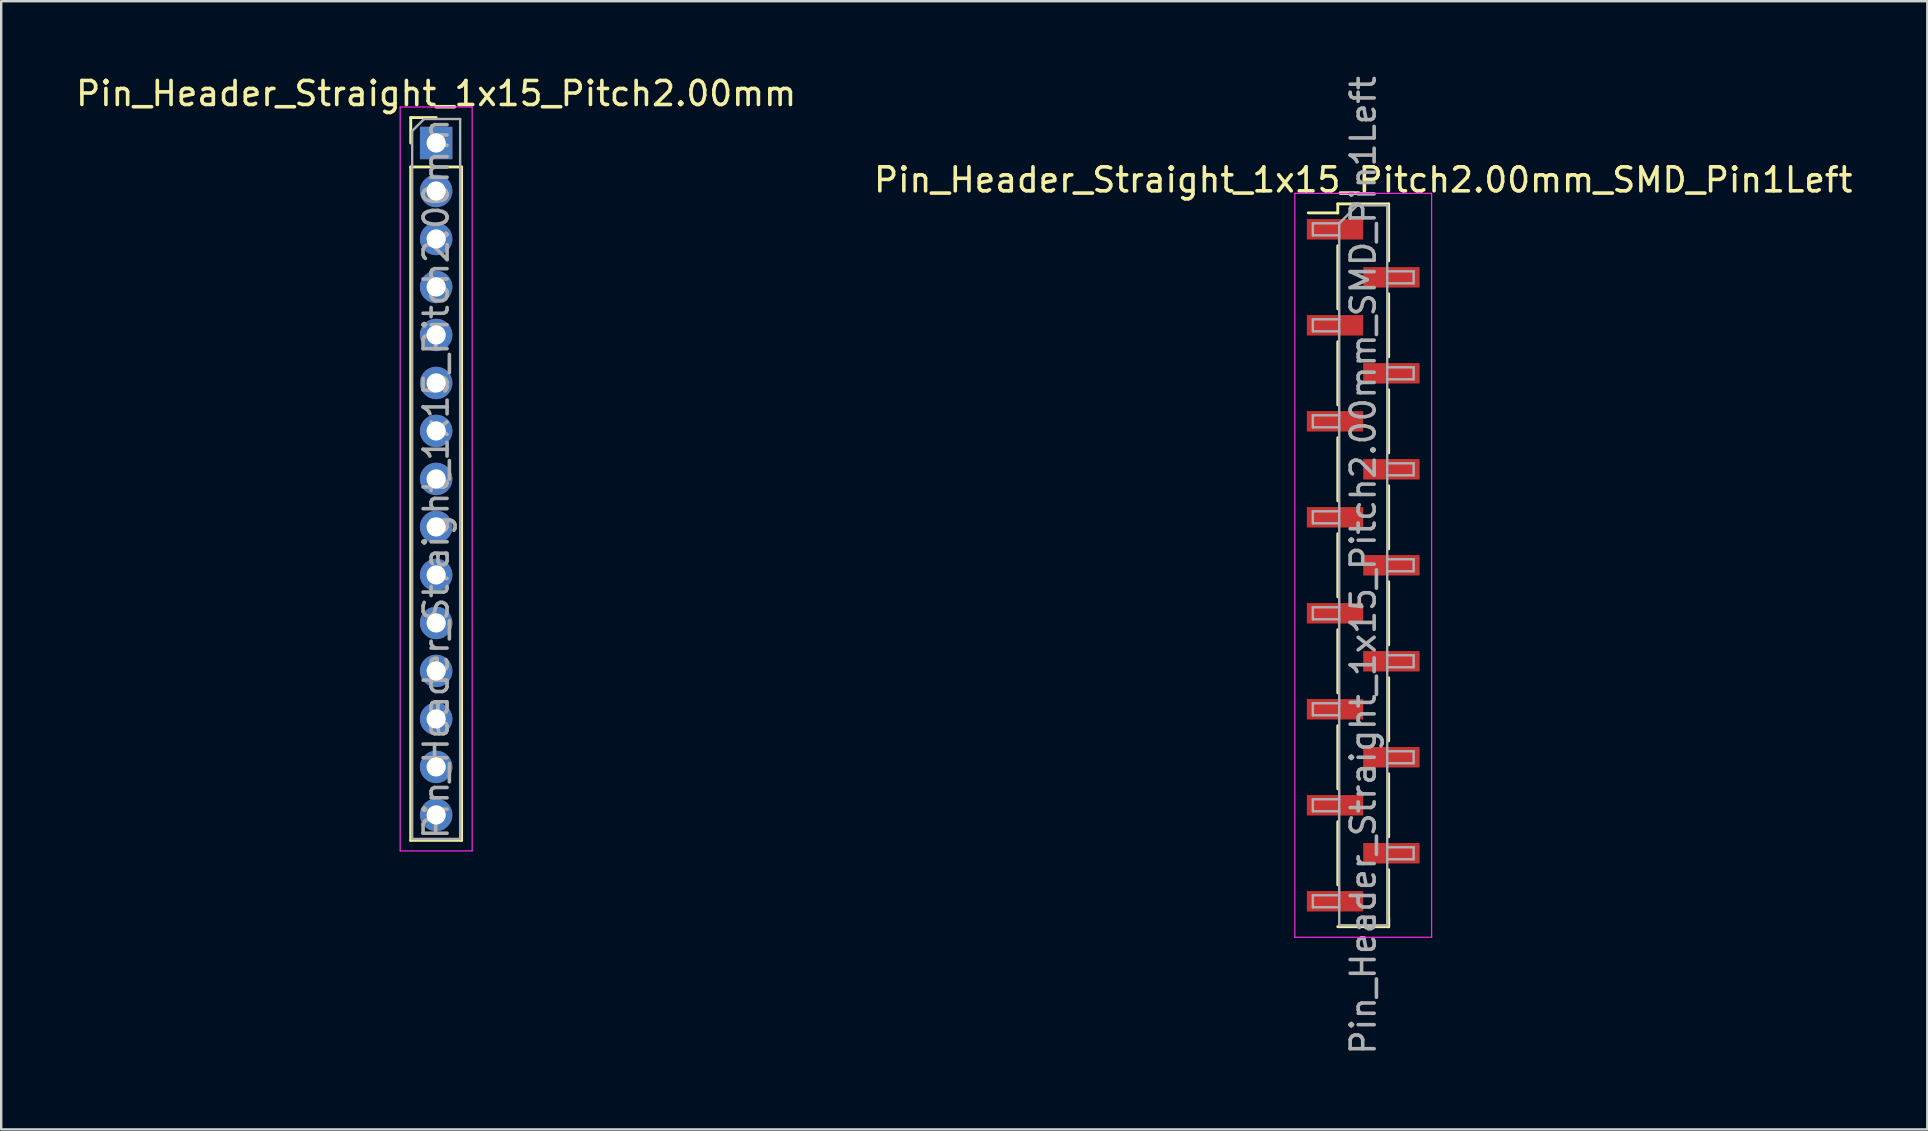
<source format=kicad_pcb>
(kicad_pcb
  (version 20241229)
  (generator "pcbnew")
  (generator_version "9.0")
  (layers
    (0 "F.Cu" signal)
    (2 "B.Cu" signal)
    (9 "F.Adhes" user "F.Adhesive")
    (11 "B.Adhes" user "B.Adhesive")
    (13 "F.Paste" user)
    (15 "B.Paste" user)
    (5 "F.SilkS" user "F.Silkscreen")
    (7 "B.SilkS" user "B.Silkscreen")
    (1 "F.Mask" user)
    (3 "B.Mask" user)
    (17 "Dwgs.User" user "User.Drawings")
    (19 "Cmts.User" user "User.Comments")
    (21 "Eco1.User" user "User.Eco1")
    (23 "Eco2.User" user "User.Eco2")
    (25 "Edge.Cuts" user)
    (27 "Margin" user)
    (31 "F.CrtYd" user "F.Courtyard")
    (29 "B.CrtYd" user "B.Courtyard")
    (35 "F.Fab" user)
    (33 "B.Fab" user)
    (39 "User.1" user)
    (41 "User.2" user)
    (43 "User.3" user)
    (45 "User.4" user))
  (footprint "Pin_Header_Straight_1x15_Pitch2.00mm_SMD_Pin1Left"
    (layer "F.Cu")
    (at 53.756 20.506)
    (property "Reference" "Pin_Header_Straight_1x15_Pitch2.00mm_SMD_Pin1Left" (at 0 -16.06 0) (layer "F.SilkS") (effects (font (size 1 1) (thickness 0.15))))
    (attr smd)
    (fp_line (start -1.06 -15.06) (end -1.06 -14.685) (stroke (width 0.12) (type solid)) (layer "F.SilkS"))
    (fp_line (start -1.06 -15.06) (end 1.06 -15.06) (stroke (width 0.12) (type solid)) (layer "F.SilkS"))
    (fp_line (start -1.06 -14.685) (end -2.29 -14.685) (stroke (width 0.12) (type solid)) (layer "F.SilkS"))
    (fp_line (start -1.06 -13.315) (end -1.06 -10.685) (stroke (width 0.12) (type solid)) (layer "F.SilkS"))
    (fp_line (start -1.06 -9.315) (end -1.06 -6.685) (stroke (width 0.12) (type solid)) (layer "F.SilkS"))
    (fp_line (start -1.06 -5.315) (end -1.06 -2.685) (stroke (width 0.12) (type solid)) (layer "F.SilkS"))
    (fp_line (start -1.06 -1.315) (end -1.06 1.315) (stroke (width 0.12) (type solid)) (layer "F.SilkS"))
    (fp_line (start -1.06 2.685) (end -1.06 5.315) (stroke (width 0.12) (type solid)) (layer "F.SilkS"))
    (fp_line (start -1.06 6.685) (end -1.06 9.315) (stroke (width 0.12) (type solid)) (layer "F.SilkS"))
    (fp_line (start -1.06 10.685) (end -1.06 13.315) (stroke (width 0.12) (type solid)) (layer "F.SilkS"))
    (fp_line (start -1.06 15.06) (end 1.06 15.06) (stroke (width 0.12) (type solid)) (layer "F.SilkS"))
    (fp_line (start 1.06 -15.06) (end 1.06 -12.685) (stroke (width 0.12) (type solid)) (layer "F.SilkS"))
    (fp_line (start 1.06 -11.315) (end 1.06 -8.685) (stroke (width 0.12) (type solid)) (layer "F.SilkS"))
    (fp_line (start 1.06 -7.315) (end 1.06 -4.685) (stroke (width 0.12) (type solid)) (layer "F.SilkS"))
    (fp_line (start 1.06 -3.315) (end 1.06 -0.685) (stroke (width 0.12) (type solid)) (layer "F.SilkS"))
    (fp_line (start 1.06 0.685) (end 1.06 3.315) (stroke (width 0.12) (type solid)) (layer "F.SilkS"))
    (fp_line (start 1.06 4.685) (end 1.06 7.315) (stroke (width 0.12) (type solid)) (layer "F.SilkS"))
    (fp_line (start 1.06 8.685) (end 1.06 11.315) (stroke (width 0.12) (type solid)) (layer "F.SilkS"))
    (fp_line (start 1.06 12.685) (end 1.06 15.06) (stroke (width 0.12) (type solid)) (layer "F.SilkS"))
    (fp_line (start 1.06 14.685) (end 1.06 15.06) (stroke (width 0.12) (type solid)) (layer "F.SilkS"))
    (fp_line (start -2.85 -15.5) (end -2.85 15.5) (stroke (width 0.05) (type solid)) (layer "F.CrtYd"))
    (fp_line (start -2.85 15.5) (end 2.85 15.5) (stroke (width 0.05) (type solid)) (layer "F.CrtYd"))
    (fp_line (start 2.85 -15.5) (end -2.85 -15.5) (stroke (width 0.05) (type solid)) (layer "F.CrtYd"))
    (fp_line (start 2.85 15.5) (end 2.85 -15.5) (stroke (width 0.05) (type solid)) (layer "F.CrtYd"))
    (fp_line (start -2.1 -14.25) (end -2.1 -13.75) (stroke (width 0.1) (type solid)) (layer "F.Fab"))
    (fp_line (start -2.1 -13.75) (end -1 -13.75) (stroke (width 0.1) (type solid)) (layer "F.Fab"))
    (fp_line (start -2.1 -10.25) (end -2.1 -9.75) (stroke (width 0.1) (type solid)) (layer "F.Fab"))
    (fp_line (start -2.1 -9.75) (end -1 -9.75) (stroke (width 0.1) (type solid)) (layer "F.Fab"))
    (fp_line (start -2.1 -6.25) (end -2.1 -5.75) (stroke (width 0.1) (type solid)) (layer "F.Fab"))
    (fp_line (start -2.1 -5.75) (end -1 -5.75) (stroke (width 0.1) (type solid)) (layer "F.Fab"))
    (fp_line (start -2.1 -2.25) (end -2.1 -1.75) (stroke (width 0.1) (type solid)) (layer "F.Fab"))
    (fp_line (start -2.1 -1.75) (end -1 -1.75) (stroke (width 0.1) (type solid)) (layer "F.Fab"))
    (fp_line (start -2.1 1.75) (end -2.1 2.25) (stroke (width 0.1) (type solid)) (layer "F.Fab"))
    (fp_line (start -2.1 2.25) (end -1 2.25) (stroke (width 0.1) (type solid)) (layer "F.Fab"))
    (fp_line (start -2.1 5.75) (end -2.1 6.25) (stroke (width 0.1) (type solid)) (layer "F.Fab"))
    (fp_line (start -2.1 6.25) (end -1 6.25) (stroke (width 0.1) (type solid)) (layer "F.Fab"))
    (fp_line (start -2.1 9.75) (end -2.1 10.25) (stroke (width 0.1) (type solid)) (layer "F.Fab"))
    (fp_line (start -2.1 10.25) (end -1 10.25) (stroke (width 0.1) (type solid)) (layer "F.Fab"))
    (fp_line (start -2.1 13.75) (end -2.1 14.25) (stroke (width 0.1) (type solid)) (layer "F.Fab"))
    (fp_line (start -2.1 14.25) (end -1 14.25) (stroke (width 0.1) (type solid)) (layer "F.Fab"))
    (fp_line (start -1 -14.25) (end -2.1 -14.25) (stroke (width 0.1) (type solid)) (layer "F.Fab"))
    (fp_line (start -1 -14.25) (end -0.25 -15) (stroke (width 0.1) (type solid)) (layer "F.Fab"))
    (fp_line (start -1 -10.25) (end -2.1 -10.25) (stroke (width 0.1) (type solid)) (layer "F.Fab"))
    (fp_line (start -1 -6.25) (end -2.1 -6.25) (stroke (width 0.1) (type solid)) (layer "F.Fab"))
    (fp_line (start -1 -2.25) (end -2.1 -2.25) (stroke (width 0.1) (type solid)) (layer "F.Fab"))
    (fp_line (start -1 1.75) (end -2.1 1.75) (stroke (width 0.1) (type solid)) (layer "F.Fab"))
    (fp_line (start -1 5.75) (end -2.1 5.75) (stroke (width 0.1) (type solid)) (layer "F.Fab"))
    (fp_line (start -1 9.75) (end -2.1 9.75) (stroke (width 0.1) (type solid)) (layer "F.Fab"))
    (fp_line (start -1 13.75) (end -2.1 13.75) (stroke (width 0.1) (type solid)) (layer "F.Fab"))
    (fp_line (start -1 15) (end -1 -14.25) (stroke (width 0.1) (type solid)) (layer "F.Fab"))
    (fp_line (start -0.25 -15) (end 1 -15) (stroke (width 0.1) (type solid)) (layer "F.Fab"))
    (fp_line (start 1 -15) (end 1 15) (stroke (width 0.1) (type solid)) (layer "F.Fab"))
    (fp_line (start 1 -12.25) (end 2.1 -12.25) (stroke (width 0.1) (type solid)) (layer "F.Fab"))
    (fp_line (start 1 -8.25) (end 2.1 -8.25) (stroke (width 0.1) (type solid)) (layer "F.Fab"))
    (fp_line (start 1 -4.25) (end 2.1 -4.25) (stroke (width 0.1) (type solid)) (layer "F.Fab"))
    (fp_line (start 1 -0.25) (end 2.1 -0.25) (stroke (width 0.1) (type solid)) (layer "F.Fab"))
    (fp_line (start 1 3.75) (end 2.1 3.75) (stroke (width 0.1) (type solid)) (layer "F.Fab"))
    (fp_line (start 1 7.75) (end 2.1 7.75) (stroke (width 0.1) (type solid)) (layer "F.Fab"))
    (fp_line (start 1 11.75) (end 2.1 11.75) (stroke (width 0.1) (type solid)) (layer "F.Fab"))
    (fp_line (start 1 15) (end -1 15) (stroke (width 0.1) (type solid)) (layer "F.Fab"))
    (fp_line (start 2.1 -12.25) (end 2.1 -11.75) (stroke (width 0.1) (type solid)) (layer "F.Fab"))
    (fp_line (start 2.1 -11.75) (end 1 -11.75) (stroke (width 0.1) (type solid)) (layer "F.Fab"))
    (fp_line (start 2.1 -8.25) (end 2.1 -7.75) (stroke (width 0.1) (type solid)) (layer "F.Fab"))
    (fp_line (start 2.1 -7.75) (end 1 -7.75) (stroke (width 0.1) (type solid)) (layer "F.Fab"))
    (fp_line (start 2.1 -4.25) (end 2.1 -3.75) (stroke (width 0.1) (type solid)) (layer "F.Fab"))
    (fp_line (start 2.1 -3.75) (end 1 -3.75) (stroke (width 0.1) (type solid)) (layer "F.Fab"))
    (fp_line (start 2.1 -0.25) (end 2.1 0.25) (stroke (width 0.1) (type solid)) (layer "F.Fab"))
    (fp_line (start 2.1 0.25) (end 1 0.25) (stroke (width 0.1) (type solid)) (layer "F.Fab"))
    (fp_line (start 2.1 3.75) (end 2.1 4.25) (stroke (width 0.1) (type solid)) (layer "F.Fab"))
    (fp_line (start 2.1 4.25) (end 1 4.25) (stroke (width 0.1) (type solid)) (layer "F.Fab"))
    (fp_line (start 2.1 7.75) (end 2.1 8.25) (stroke (width 0.1) (type solid)) (layer "F.Fab"))
    (fp_line (start 2.1 8.25) (end 1 8.25) (stroke (width 0.1) (type solid)) (layer "F.Fab"))
    (fp_line (start 2.1 11.75) (end 2.1 12.25) (stroke (width 0.1) (type solid)) (layer "F.Fab"))
    (fp_line (start 2.1 12.25) (end 1 12.25) (stroke (width 0.1) (type solid)) (layer "F.Fab"))
    (fp_text user "${REFERENCE}" (at 0 0 90) (layer "F.Fab") (effects (font (size 1 1) (thickness 0.15))))
    (pad "1" smd rect (at -1.175 -14) (size 2.35 0.85) (layers "F.Cu" "F.Mask" "F.Paste"))
    (pad "2" smd rect (at 1.175 -12) (size 2.35 0.85) (layers "F.Cu" "F.Mask" "F.Paste"))
    (pad "3" smd rect (at -1.175 -10) (size 2.35 0.85) (layers "F.Cu" "F.Mask" "F.Paste"))
    (pad "4" smd rect (at 1.175 -8) (size 2.35 0.85) (layers "F.Cu" "F.Mask" "F.Paste"))
    (pad "5" smd rect (at -1.175 -6) (size 2.35 0.85) (layers "F.Cu" "F.Mask" "F.Paste"))
    (pad "6" smd rect (at 1.175 -4) (size 2.35 0.85) (layers "F.Cu" "F.Mask" "F.Paste"))
    (pad "7" smd rect (at -1.175 -2) (size 2.35 0.85) (layers "F.Cu" "F.Mask" "F.Paste"))
    (pad "8" smd rect (at 1.175 0) (size 2.35 0.85) (layers "F.Cu" "F.Mask" "F.Paste"))
    (pad "9" smd rect (at -1.175 2) (size 2.35 0.85) (layers "F.Cu" "F.Mask" "F.Paste"))
    (pad "10" smd rect (at 1.175 4) (size 2.35 0.85) (layers "F.Cu" "F.Mask" "F.Paste"))
    (pad "11" smd rect (at -1.175 6) (size 2.35 0.85) (layers "F.Cu" "F.Mask" "F.Paste"))
    (pad "12" smd rect (at 1.175 8) (size 2.35 0.85) (layers "F.Cu" "F.Mask" "F.Paste"))
    (pad "13" smd rect (at -1.175 10) (size 2.35 0.85) (layers "F.Cu" "F.Mask" "F.Paste"))
    (pad "14" smd rect (at 1.175 12) (size 2.35 0.85) (layers "F.Cu" "F.Mask" "F.Paste"))
    (pad "15" smd rect (at -1.175 14) (size 2.35 0.85) (layers "F.Cu" "F.Mask" "F.Paste")))
  (footprint "Pin_Header_Straight_1x15_Pitch2.00mm"
    (layer "F.Cu")
    (at 15.125 2.908)
    (property "Reference" "Pin_Header_Straight_1x15_Pitch2.00mm" (at 0 -2.06 0) (layer "F.SilkS") (effects (font (size 1 1) (thickness 0.15))))
    (attr through_hole)
    (fp_line (start -1.06 -1.06) (end 0 -1.06) (stroke (width 0.12) (type solid)) (layer "F.SilkS"))
    (fp_line (start -1.06 0) (end -1.06 -1.06) (stroke (width 0.12) (type solid)) (layer "F.SilkS"))
    (fp_line (start -1.06 1) (end -1.06 29.06) (stroke (width 0.12) (type solid)) (layer "F.SilkS"))
    (fp_line (start -1.06 1) (end 1.06 1) (stroke (width 0.12) (type solid)) (layer "F.SilkS"))
    (fp_line (start -1.06 29.06) (end 1.06 29.06) (stroke (width 0.12) (type solid)) (layer "F.SilkS"))
    (fp_line (start 1.06 1) (end 1.06 29.06) (stroke (width 0.12) (type solid)) (layer "F.SilkS"))
    (fp_line (start -1.5 -1.5) (end -1.5 29.5) (stroke (width 0.05) (type solid)) (layer "F.CrtYd"))
    (fp_line (start -1.5 29.5) (end 1.5 29.5) (stroke (width 0.05) (type solid)) (layer "F.CrtYd"))
    (fp_line (start 1.5 -1.5) (end -1.5 -1.5) (stroke (width 0.05) (type solid)) (layer "F.CrtYd"))
    (fp_line (start 1.5 29.5) (end 1.5 -1.5) (stroke (width 0.05) (type solid)) (layer "F.CrtYd"))
    (fp_line (start -1 -0.5) (end -0.5 -1) (stroke (width 0.1) (type solid)) (layer "F.Fab"))
    (fp_line (start -1 29) (end -1 -0.5) (stroke (width 0.1) (type solid)) (layer "F.Fab"))
    (fp_line (start -0.5 -1) (end 1 -1) (stroke (width 0.1) (type solid)) (layer "F.Fab"))
    (fp_line (start 1 -1) (end 1 29) (stroke (width 0.1) (type solid)) (layer "F.Fab"))
    (fp_line (start 1 29) (end -1 29) (stroke (width 0.1) (type solid)) (layer "F.Fab"))
    (fp_text user "${REFERENCE}" (at 0 14 90) (layer "F.Fab") (effects (font (size 1 1) (thickness 0.15))))
    (pad "1" thru_hole rect (at 0 0) (size 1.35 1.35) (drill 0.8) (layers "*.Cu" "*.Mask"))
    (pad "2" thru_hole oval (at 0 2) (size 1.35 1.35) (drill 0.8) (layers "*.Cu" "*.Mask"))
    (pad "3" thru_hole oval (at 0 4) (size 1.35 1.35) (drill 0.8) (layers "*.Cu" "*.Mask"))
    (pad "4" thru_hole oval (at 0 6) (size 1.35 1.35) (drill 0.8) (layers "*.Cu" "*.Mask"))
    (pad "5" thru_hole oval (at 0 8) (size 1.35 1.35) (drill 0.8) (layers "*.Cu" "*.Mask"))
    (pad "6" thru_hole oval (at 0 10) (size 1.35 1.35) (drill 0.8) (layers "*.Cu" "*.Mask"))
    (pad "7" thru_hole oval (at 0 12) (size 1.35 1.35) (drill 0.8) (layers "*.Cu" "*.Mask"))
    (pad "8" thru_hole oval (at 0 14) (size 1.35 1.35) (drill 0.8) (layers "*.Cu" "*.Mask"))
    (pad "9" thru_hole oval (at 0 16) (size 1.35 1.35) (drill 0.8) (layers "*.Cu" "*.Mask"))
    (pad "10" thru_hole oval (at 0 18) (size 1.35 1.35) (drill 0.8) (layers "*.Cu" "*.Mask"))
    (pad "11" thru_hole oval (at 0 20) (size 1.35 1.35) (drill 0.8) (layers "*.Cu" "*.Mask"))
    (pad "12" thru_hole oval (at 0 22) (size 1.35 1.35) (drill 0.8) (layers "*.Cu" "*.Mask"))
    (pad "13" thru_hole oval (at 0 24) (size 1.35 1.35) (drill 0.8) (layers "*.Cu" "*.Mask"))
    (pad "14" thru_hole oval (at 0 26) (size 1.35 1.35) (drill 0.8) (layers "*.Cu" "*.Mask"))
    (pad "15" thru_hole oval (at 0 28) (size 1.35 1.35) (drill 0.8) (layers "*.Cu" "*.Mask")))
  (gr_rect
    (start -3 -3)
    (end 77.262 44.012)
    (stroke (width 0.1) (type default))
    (fill no)
    (layer "Edge.Cuts")))
</source>
